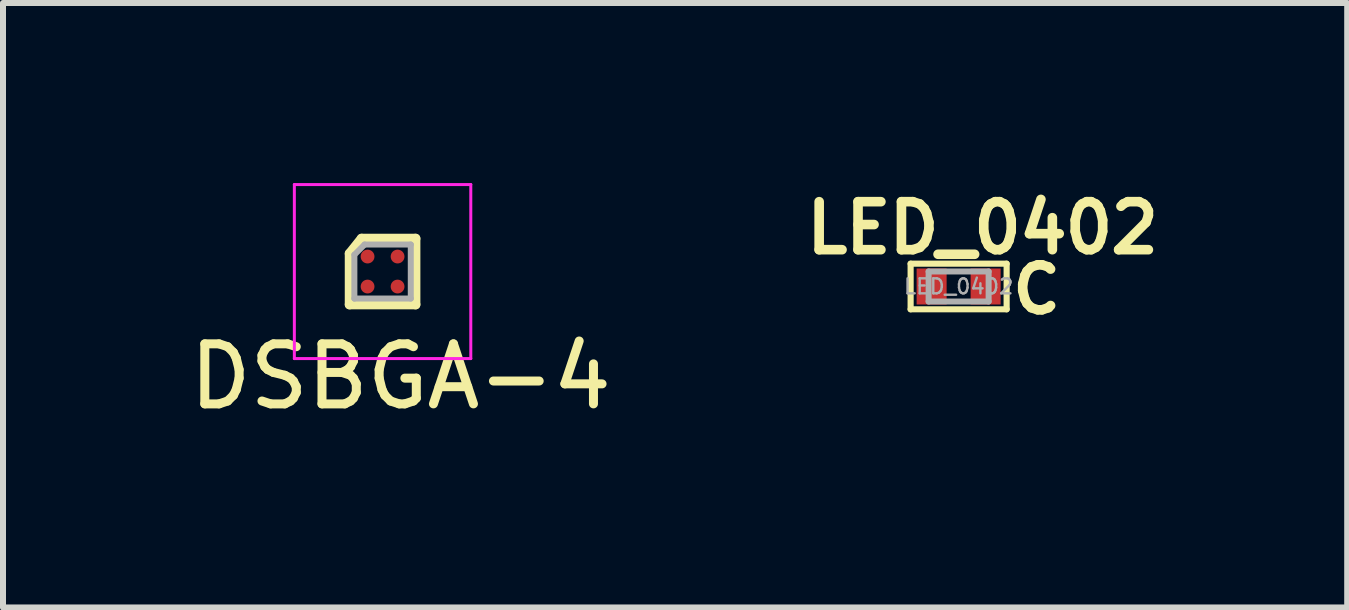
<source format=kicad_pcb>
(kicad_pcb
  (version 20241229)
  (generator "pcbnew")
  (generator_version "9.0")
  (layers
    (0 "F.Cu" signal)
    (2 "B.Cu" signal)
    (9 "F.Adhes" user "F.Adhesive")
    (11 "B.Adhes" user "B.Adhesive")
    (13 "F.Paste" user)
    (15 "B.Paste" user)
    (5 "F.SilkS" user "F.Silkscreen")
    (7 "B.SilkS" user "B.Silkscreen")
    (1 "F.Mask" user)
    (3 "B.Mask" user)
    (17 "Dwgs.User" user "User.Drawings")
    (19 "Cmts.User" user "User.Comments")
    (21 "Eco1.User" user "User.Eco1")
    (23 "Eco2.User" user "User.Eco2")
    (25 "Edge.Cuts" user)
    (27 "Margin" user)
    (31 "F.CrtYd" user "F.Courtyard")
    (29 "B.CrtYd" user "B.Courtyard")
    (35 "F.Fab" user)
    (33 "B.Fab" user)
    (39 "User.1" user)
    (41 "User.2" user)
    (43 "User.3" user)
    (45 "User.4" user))
  (footprint "DSBGA-4"
    (layer "F.Cu")
    (at 3.325 1.475)
    (property "Reference" "DSBGA-4" (at 0.3 1.75 0) (layer "F.SilkS") (effects (font (size 1 1) (thickness 0.15))))
    (attr smd)
    (fp_line (start -0.55 -0.3) (end -0.55 0.55) (stroke (width 0.16) (type solid)) (layer "F.SilkS"))
    (fp_line (start -0.55 0.55) (end 0.55 0.55) (stroke (width 0.16) (type solid)) (layer "F.SilkS"))
    (fp_line (start -0.35 -0.55) (end -0.55 -0.3) (stroke (width 0.16) (type solid)) (layer "F.SilkS"))
    (fp_line (start 0.55 -0.55) (end -0.35 -0.55) (stroke (width 0.16) (type solid)) (layer "F.SilkS"))
    (fp_line (start 0.55 -0.55) (end 0.55 0.55) (stroke (width 0.16) (type solid)) (layer "F.SilkS"))
    (fp_line (start -1.47 -1.45) (end -1.47 1.45) (stroke (width 0.05) (type solid)) (layer "F.CrtYd"))
    (fp_line (start -1.47 -1.45) (end 1.47 -1.45) (stroke (width 0.05) (type solid)) (layer "F.CrtYd"))
    (fp_line (start 1.47 1.45) (end -1.47 1.45) (stroke (width 0.05) (type solid)) (layer "F.CrtYd"))
    (fp_line (start 1.47 1.45) (end 1.47 -1.45) (stroke (width 0.05) (type solid)) (layer "F.CrtYd"))
    (fp_line (start -0.47 -0.28) (end -0.47 0.45) (stroke (width 0.1) (type solid)) (layer "F.Fab"))
    (fp_line (start -0.47 -0.28) (end -0.3 -0.45) (stroke (width 0.1) (type solid)) (layer "F.Fab"))
    (fp_line (start -0.47 0.45) (end 0.47 0.45) (stroke (width 0.1) (type solid)) (layer "F.Fab"))
    (fp_line (start 0.47 -0.45) (end -0.3 -0.45) (stroke (width 0.1) (type solid)) (layer "F.Fab"))
    (fp_line (start 0.47 0.45) (end 0.47 -0.45) (stroke (width 0.1) (type solid)) (layer "F.Fab"))
    (pad "" smd roundrect (at -0.25 -0.25) (size 0.25 0.25) (layers "F.Paste") (roundrect_rratio 0.15))
    (pad "" smd roundrect (at -0.25 0.25) (size 0.25 0.25) (layers "F.Paste") (roundrect_rratio 0.15))
    (pad "" smd roundrect (at 0.25 -0.25) (size 0.25 0.25) (layers "F.Paste") (roundrect_rratio 0.15))
    (pad "" smd roundrect (at 0.25 0.25) (size 0.25 0.25) (layers "F.Paste") (roundrect_rratio 0.15))
    (pad "A1" smd circle (at -0.25 -0.25) (size 0.23 0.23) (layers "F.Cu" "F.Mask"))
    (pad "A2" smd circle (at 0.25 -0.25) (size 0.23 0.23) (layers "F.Cu" "F.Mask"))
    (pad "B1" smd circle (at -0.25 0.25) (size 0.23 0.23) (layers "F.Cu" "F.Mask"))
    (pad "B2" smd circle (at 0.25 0.25) (size 0.23 0.23) (layers "F.Cu" "F.Mask")))
  (footprint "LED_0402"
    (layer "F.Cu")
    (at 12.924 1.724)
    (property "Reference" "LED_0402" (at 0.4 -0.975 0) (layer "F.SilkS") (effects (font (size 0.8 0.8) (thickness 0.16))))
    (attr smd)
    (fp_line (start -0.8 -0.38) (end 0.8 -0.38) (stroke (width 0.102) (type solid)) (layer "F.SilkS"))
    (fp_line (start -0.8 0.38) (end -0.8 -0.38) (stroke (width 0.102) (type solid)) (layer "F.SilkS"))
    (fp_line (start -0.8 0.38) (end 0.8 0.38) (stroke (width 0.102) (type solid)) (layer "F.SilkS"))
    (fp_line (start 0.8 0.38) (end 0.8 -0.38) (stroke (width 0.102) (type solid)) (layer "F.SilkS"))
    (fp_line (start -0.5 -0.25) (end 0.5 -0.25) (stroke (width 0.1) (type solid)) (layer "F.Fab"))
    (fp_line (start -0.5 0.25) (end -0.5 -0.25) (stroke (width 0.1) (type solid)) (layer "F.Fab"))
    (fp_line (start 0.5 -0.25) (end 0.5 0.25) (stroke (width 0.1) (type solid)) (layer "F.Fab"))
    (fp_line (start 0.5 0.25) (end -0.5 0.25) (stroke (width 0.1) (type solid)) (layer "F.Fab"))
    (fp_text user "C" (at 1.3 0.05 0) (layer "F.SilkS") (effects (font (size 0.75 0.75) (thickness 0.16))))
    (fp_text user "${REFERENCE}" (at 0 0 0) (layer "F.Fab") (effects (font (size 0.25 0.25) (thickness 0.04))))
    (pad "1" smd rect (at -0.45 0) (size 0.5 0.6) (layers "F.Cu" "F.Mask" "F.Paste"))
    (pad "2" smd rect (at 0.45 0) (size 0.5 0.6) (layers "F.Cu" "F.Mask" "F.Paste")))
  (gr_rect
    (start -3 -3)
    (end 19.399 7.073)
    (stroke (width 0.1) (type default))
    (fill no)
    (layer "Edge.Cuts")))
</source>
